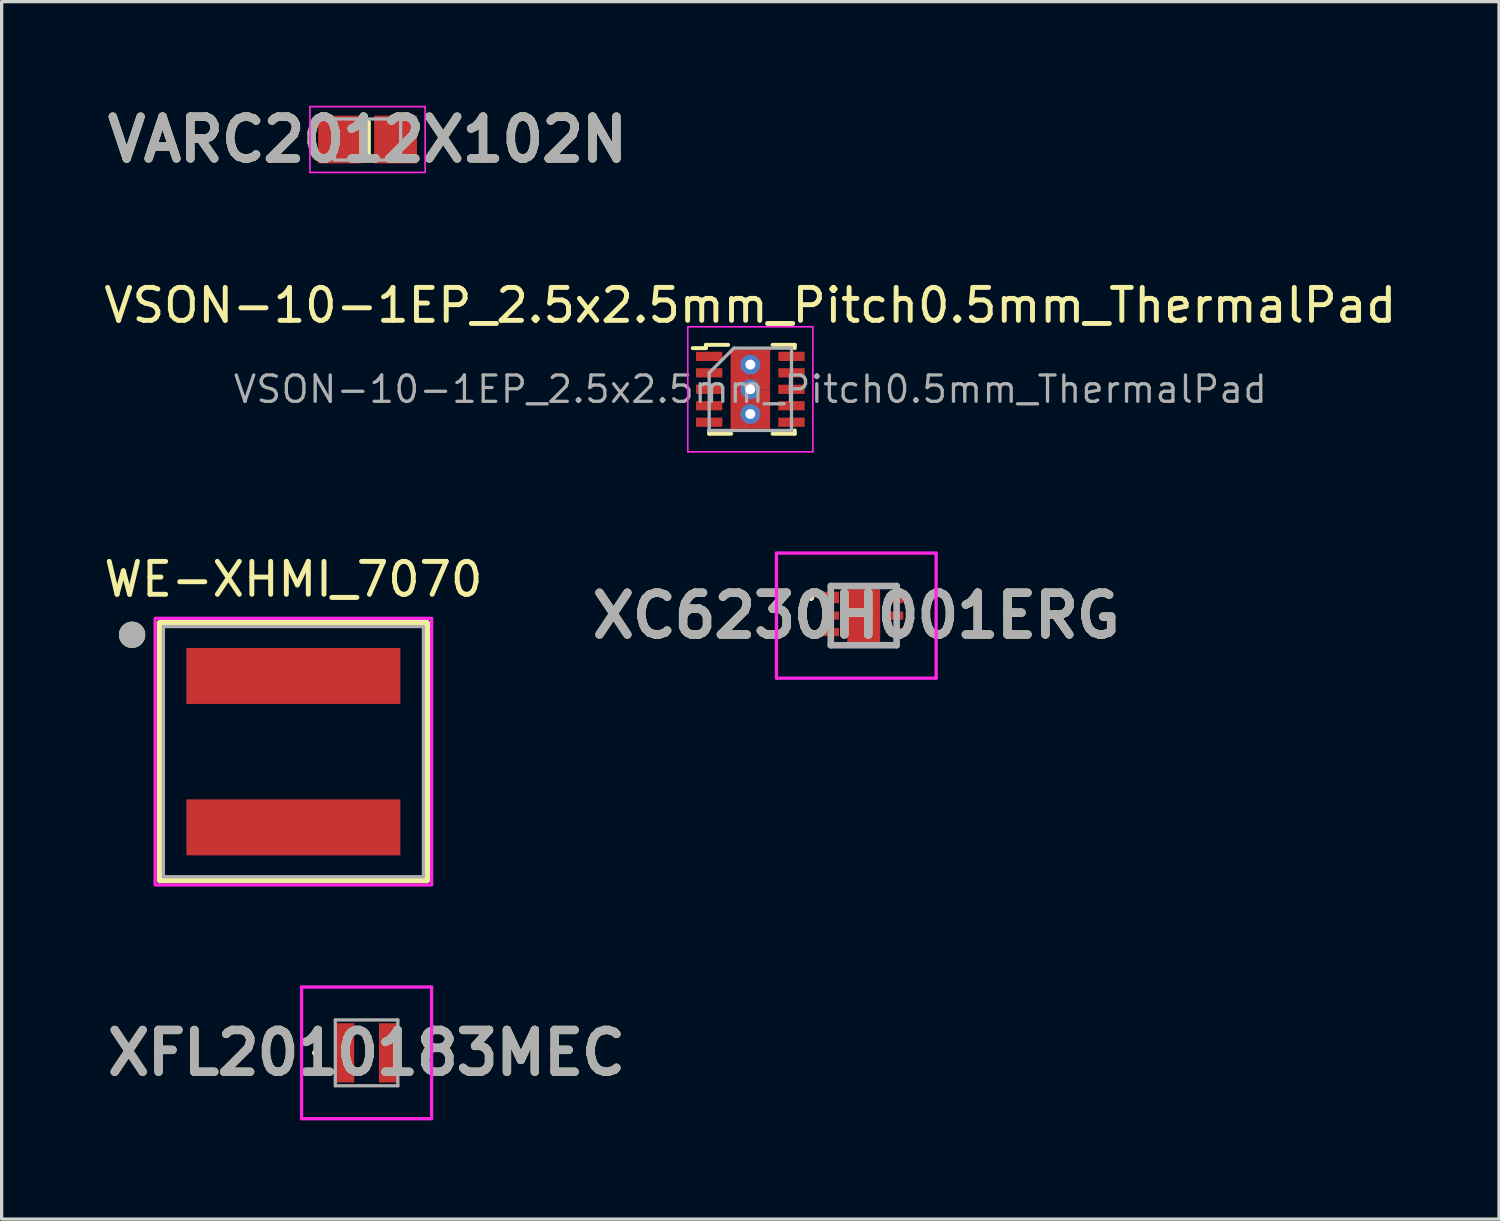
<source format=kicad_pcb>
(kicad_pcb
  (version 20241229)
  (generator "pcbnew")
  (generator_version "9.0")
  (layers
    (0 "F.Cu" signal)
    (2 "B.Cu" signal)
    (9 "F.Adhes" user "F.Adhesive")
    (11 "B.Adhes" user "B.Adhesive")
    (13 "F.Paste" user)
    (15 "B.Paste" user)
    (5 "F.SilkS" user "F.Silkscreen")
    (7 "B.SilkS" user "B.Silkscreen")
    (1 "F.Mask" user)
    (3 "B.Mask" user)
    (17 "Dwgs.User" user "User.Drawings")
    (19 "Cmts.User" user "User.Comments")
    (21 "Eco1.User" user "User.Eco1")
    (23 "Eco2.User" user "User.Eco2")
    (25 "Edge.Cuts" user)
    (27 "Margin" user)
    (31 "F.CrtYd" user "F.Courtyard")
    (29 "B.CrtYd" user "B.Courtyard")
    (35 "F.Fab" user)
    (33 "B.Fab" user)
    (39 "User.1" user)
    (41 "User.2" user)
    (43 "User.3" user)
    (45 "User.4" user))
  (footprint "VARC2012X102N"
    (layer "F.Cu")
    (at 8.116 1.189)
    (property "Reference" "VARC2012X102N" (at 0 0 0) (layer "F.SilkS") (effects (font (size 1.27 1.27) (thickness 0.254))))
    (attr smd)
    (fp_line (start 0 -0.525) (end 0 0.525) (stroke (width 0.2) (type solid)) (layer "F.SilkS"))
    (fp_line (start -1.75 -1) (end 1.75 -1) (stroke (width 0.05) (type solid)) (layer "F.CrtYd"))
    (fp_line (start -1.75 1) (end -1.75 -1) (stroke (width 0.05) (type solid)) (layer "F.CrtYd"))
    (fp_line (start 1.75 -1) (end 1.75 1) (stroke (width 0.05) (type solid)) (layer "F.CrtYd"))
    (fp_line (start 1.75 1) (end -1.75 1) (stroke (width 0.05) (type solid)) (layer "F.CrtYd"))
    (fp_line (start -1.005 -0.625) (end 1.005 -0.625) (stroke (width 0.1) (type solid)) (layer "F.Fab"))
    (fp_line (start -1.005 0.625) (end -1.005 -0.625) (stroke (width 0.1) (type solid)) (layer "F.Fab"))
    (fp_line (start 1.005 -0.625) (end 1.005 0.625) (stroke (width 0.1) (type solid)) (layer "F.Fab"))
    (fp_line (start 1.005 0.625) (end -1.005 0.625) (stroke (width 0.1) (type solid)) (layer "F.Fab"))
    (fp_text user "${REFERENCE}" (at 0 0 0) (layer "F.Fab") (effects (font (size 1.27 1.27) (thickness 0.254))))
    (pad "1" smd rect (at -0.85 0) (size 1.3 1.45) (layers "F.Cu" "F.Mask" "F.Paste"))
    (pad "2" smd rect (at 0.85 0) (size 1.3 1.45) (layers "F.Cu" "F.Mask" "F.Paste")))
  (footprint "WE-XHMI_7070"
    (layer "F.Cu")
    (at 5.863 19.784)
    (property "Reference" "WE-XHMI_7070" (at 0 -5.235 0) (layer "F.SilkS") (effects (font (size 1 1) (thickness 0.15))))
    (attr smd)
    (fp_line (start -4.05 -3.9) (end 4.05 -3.9) (stroke (width 0.2) (type solid)) (layer "F.SilkS"))
    (fp_line (start -4.05 3.9) (end -4.05 -3.9) (stroke (width 0.2) (type solid)) (layer "F.SilkS"))
    (fp_line (start 4.05 -3.9) (end 4.05 3.9) (stroke (width 0.2) (type solid)) (layer "F.SilkS"))
    (fp_line (start 4.05 3.9) (end -4.05 3.9) (stroke (width 0.2) (type solid)) (layer "F.SilkS"))
    (fp_circle (center -4.9 -3.55) (end -4.7 -3.55) (stroke (width 0.4) (type solid)) (fill no) (layer "F.SilkS"))
    (fp_poly (pts (xy 4.2 -4.05) (xy 4.2 4.05) (xy -4.2 4.05) (xy -4.2 -4.05)) (stroke (width 0.1) (type solid)) (fill no) (layer "F.CrtYd"))
    (fp_line (start -3.95 -3.8) (end 3.95 -3.8) (stroke (width 0.1) (type solid)) (layer "F.Fab"))
    (fp_line (start -3.95 3.8) (end -3.95 -3.8) (stroke (width 0.1) (type solid)) (layer "F.Fab"))
    (fp_line (start 3.95 -3.8) (end 3.95 3.8) (stroke (width 0.1) (type solid)) (layer "F.Fab"))
    (fp_line (start 3.95 3.8) (end -3.95 3.8) (stroke (width 0.1) (type solid)) (layer "F.Fab"))
    (fp_circle (center -4.9 -3.55) (end -4.7 -3.55) (stroke (width 0.4) (type solid)) (fill no) (layer "F.Fab"))
    (pad "1" smd rect (at 0 -2.3) (size 6.5 1.7) (layers "F.Cu" "F.Mask" "F.Paste"))
    (pad "2" smd rect (at 0 2.3) (size 6.5 1.7) (layers "F.Cu" "F.Mask" "F.Paste"))
    (zone (net_name "") (layer "F.Cu") (hatch full 0.508) (connect_pads) (min_thickness 0.1) (filled_areas_thickness no) (keepout (tracks not_allowed) (vias not_allowed) (pads not_allowed) (copperpour not_allowed) (footprints allowed)) (placement (enabled no)) (fill) (polygon (pts (xy 9.663 18.484) (xy 9.663 21.084) (xy 2.063 21.084) (xy 2.063 18.484))))
    (zone (net_name "") (layers "F.Cu" "B.Cu") (hatch full 0.508) (connect_pads) (min_thickness 0.1) (filled_areas_thickness no) (keepout (tracks allowed) (vias not_allowed) (pads allowed) (copperpour allowed) (footprints allowed)) (placement (enabled no)) (fill) (polygon (pts (xy 9.663 18.484) (xy 9.663 21.084) (xy 2.063 21.084) (xy 2.063 18.484)))))
  (footprint "XC6230H001ERG"
    (layer "F.Cu")
    (at 23.188 15.651)
    (property "Reference" "XC6230H001ERG" (at -0.225 0 0) (layer "F.SilkS") (effects (font (size 1.27 1.27) (thickness 0.254))))
    (attr smd)
    (fp_line (start -1.6 -0.6) (end -1.6 -0.6) (stroke (width 0.1) (type solid)) (layer "F.SilkS"))
    (fp_line (start -1.6 -0.5) (end -1.6 -0.5) (stroke (width 0.1) (type solid)) (layer "F.SilkS"))
    (fp_arc (start -1.6 -0.6) (mid -1.55 -0.55) (end -1.6 -0.5) (stroke (width 0.1) (type solid)) (layer "F.SilkS"))
    (fp_arc (start -1.6 -0.5) (mid -1.65 -0.55) (end -1.6 -0.6) (stroke (width 0.1) (type solid)) (layer "F.SilkS"))
    (fp_line (start -2.65 -1.9) (end 2.2 -1.9) (stroke (width 0.1) (type solid)) (layer "F.CrtYd"))
    (fp_line (start -2.65 1.9) (end -2.65 -1.9) (stroke (width 0.1) (type solid)) (layer "F.CrtYd"))
    (fp_line (start 2.2 -1.9) (end 2.2 1.9) (stroke (width 0.1) (type solid)) (layer "F.CrtYd"))
    (fp_line (start 2.2 1.9) (end -2.65 1.9) (stroke (width 0.1) (type solid)) (layer "F.CrtYd"))
    (fp_line (start -1 -0.9) (end 1 -0.9) (stroke (width 0.2) (type solid)) (layer "F.Fab"))
    (fp_line (start -1 0.9) (end -1 -0.9) (stroke (width 0.2) (type solid)) (layer "F.Fab"))
    (fp_line (start 1 -0.9) (end 1 0.9) (stroke (width 0.2) (type solid)) (layer "F.Fab"))
    (fp_line (start 1 0.9) (end -1 0.9) (stroke (width 0.2) (type solid)) (layer "F.Fab"))
    (fp_text user "${REFERENCE}" (at -0.225 0 0) (layer "F.Fab") (effects (font (size 1.27 1.27) (thickness 0.254))))
    (pad "1" smd rect (at -0.975 -0.55 90) (size 0.35 0.45) (layers "F.Cu" "F.Mask" "F.Paste"))
    (pad "2" smd rect (at -0.975 0 90) (size 0.25 0.45) (layers "F.Cu" "F.Mask" "F.Paste"))
    (pad "3" smd rect (at -0.975 0.5 90) (size 0.25 0.45) (layers "F.Cu" "F.Mask" "F.Paste"))
    (pad "4" smd rect (at 0.975 0.5 90) (size 0.25 0.45) (layers "F.Cu" "F.Mask" "F.Paste"))
    (pad "5" smd rect (at 0.975 0 90) (size 0.25 0.45) (layers "F.Cu" "F.Mask" "F.Paste"))
    (pad "6" smd rect (at 0.975 -0.5 90) (size 0.25 0.45) (layers "F.Cu" "F.Mask" "F.Paste"))
    (pad "7" smd rect (at 0 0) (size 1 1.6) (layers "F.Cu" "F.Mask" "F.Paste"))
    (pad "8" smd rect (at 0 0.85 90) (size 0.1 0.9) (layers "F.Cu" "F.Mask" "F.Paste"))
    (pad "9" smd rect (at 0 -0.85 90) (size 0.1 0.9) (layers "F.Cu" "F.Mask" "F.Paste")))
  (footprint "XFL2010183MEC"
    (layer "F.Cu")
    (at 8.086 28.934)
    (property "Reference" "XFL2010183MEC" (at 0 0 0) (layer "F.SilkS") (effects (font (size 1.27 1.27) (thickness 0.254))))
    (attr smd)
    (fp_line (start -1.6 0) (end -1.6 0) (stroke (width 0.1) (type solid)) (layer "F.SilkS"))
    (fp_line (start -1.5 0) (end -1.5 0) (stroke (width 0.1) (type solid)) (layer "F.SilkS"))
    (fp_arc (start -1.6 0) (mid -1.55 -0.05) (end -1.5 0) (stroke (width 0.1) (type solid)) (layer "F.SilkS"))
    (fp_arc (start -1.5 0) (mid -1.55 0.05) (end -1.6 0) (stroke (width 0.1) (type solid)) (layer "F.SilkS"))
    (fp_line (start -1.975 -2) (end 1.975 -2) (stroke (width 0.1) (type solid)) (layer "F.CrtYd"))
    (fp_line (start -1.975 2) (end -1.975 -2) (stroke (width 0.1) (type solid)) (layer "F.CrtYd"))
    (fp_line (start 1.975 -2) (end 1.975 2) (stroke (width 0.1) (type solid)) (layer "F.CrtYd"))
    (fp_line (start 1.975 2) (end -1.975 2) (stroke (width 0.1) (type solid)) (layer "F.CrtYd"))
    (fp_line (start -0.95 -1) (end 0.95 -1) (stroke (width 0.1) (type solid)) (layer "F.Fab"))
    (fp_line (start -0.95 1) (end -0.95 -1) (stroke (width 0.1) (type solid)) (layer "F.Fab"))
    (fp_line (start 0.95 -1) (end 0.95 1) (stroke (width 0.1) (type solid)) (layer "F.Fab"))
    (fp_line (start 0.95 1) (end -0.95 1) (stroke (width 0.1) (type solid)) (layer "F.Fab"))
    (fp_text user "${REFERENCE}" (at 0 0 0) (layer "F.Fab") (effects (font (size 1.27 1.27) (thickness 0.254))))
    (pad "1" smd rect (at -0.675 0) (size 0.6 1.8) (layers "F.Cu" "F.Mask" "F.Paste"))
    (pad "2" smd rect (at 0.675 0) (size 0.6 1.8) (layers "F.Cu" "F.Mask" "F.Paste")))
  (footprint "VSON-10-1EP_2.5x2.5mm_Pitch0.5mm_ThermalPad"
    (layer "F.Cu")
    (at 19.744 8.776)
    (property "Reference" "VSON-10-1EP_2.5x2.5mm_Pitch0.5mm_ThermalPad" (at 0 -2.55 0) (layer "F.SilkS") (effects (font (size 1 1) (thickness 0.15))))
    (attr smd)
    (fp_line (start -1.35 -1.35) (end -1.35 -1.25) (stroke (width 0.12) (type solid)) (layer "F.SilkS"))
    (fp_line (start -1.35 -1.25) (end -1.75 -1.25) (stroke (width 0.12) (type solid)) (layer "F.SilkS"))
    (fp_line (start -1.25 1.25) (end -1.25 1.35) (stroke (width 0.12) (type solid)) (layer "F.SilkS"))
    (fp_line (start -1.25 1.35) (end -0.583 1.35) (stroke (width 0.12) (type solid)) (layer "F.SilkS"))
    (fp_line (start -0.675 -1.35) (end -1.35 -1.35) (stroke (width 0.12) (type solid)) (layer "F.SilkS"))
    (fp_line (start 0.675 -1.35) (end 1.35 -1.35) (stroke (width 0.12) (type solid)) (layer "F.SilkS"))
    (fp_line (start 0.675 1.35) (end 1.35 1.35) (stroke (width 0.12) (type solid)) (layer "F.SilkS"))
    (fp_line (start 1.35 -1.35) (end 1.35 -1.25) (stroke (width 0.12) (type solid)) (layer "F.SilkS"))
    (fp_line (start 1.35 1.35) (end 1.35 1.25) (stroke (width 0.12) (type solid)) (layer "F.SilkS"))
    (fp_line (start -1.9 -1.9) (end 1.9 -1.9) (stroke (width 0.05) (type solid)) (layer "F.CrtYd"))
    (fp_line (start -1.9 1.9) (end -1.9 -1.9) (stroke (width 0.05) (type solid)) (layer "F.CrtYd"))
    (fp_line (start 1.9 -1.9) (end 1.9 1.9) (stroke (width 0.05) (type solid)) (layer "F.CrtYd"))
    (fp_line (start 1.9 1.9) (end -1.9 1.9) (stroke (width 0.05) (type solid)) (layer "F.CrtYd"))
    (fp_line (start -1.25 -0.5) (end -1.25 1.25) (stroke (width 0.1) (type solid)) (layer "F.Fab"))
    (fp_line (start -1.25 -0.5) (end -0.5 -1.25) (stroke (width 0.1) (type solid)) (layer "F.Fab"))
    (fp_line (start -1.25 1.25) (end 1.25 1.25) (stroke (width 0.1) (type solid)) (layer "F.Fab"))
    (fp_line (start -0.5 -1.25) (end 1.25 -1.25) (stroke (width 0.1) (type solid)) (layer "F.Fab"))
    (fp_line (start 1.25 -1.25) (end 1.25 1.25) (stroke (width 0.1) (type solid)) (layer "F.Fab"))
    (fp_text user "${REFERENCE}" (at 0 0 0) (layer "F.Fab") (effects (font (size 0.8 0.8) (thickness 0.1))))
    (pad "1" smd rect (at -1.25 -1) (size 0.8 0.28) (layers "F.Cu" "F.Mask" "F.Paste"))
    (pad "2" smd rect (at -1.25 -0.5) (size 0.8 0.28) (layers "F.Cu" "F.Mask" "F.Paste"))
    (pad "3" smd rect (at -1.25 0) (size 0.8 0.28) (layers "F.Cu" "F.Mask" "F.Paste"))
    (pad "4" smd rect (at -1.25 0.5) (size 0.8 0.28) (layers "F.Cu" "F.Mask" "F.Paste"))
    (pad "5" smd rect (at -1.25 1) (size 0.8 0.28) (layers "F.Cu" "F.Mask" "F.Paste"))
    (pad "6" smd rect (at 1.25 1) (size 0.8 0.28) (layers "F.Cu" "F.Mask" "F.Paste"))
    (pad "7" smd rect (at 1.25 0.5) (size 0.8 0.28) (layers "F.Cu" "F.Mask" "F.Paste"))
    (pad "8" smd rect (at 1.25 0) (size 0.8 0.28) (layers "F.Cu" "F.Mask" "F.Paste"))
    (pad "9" smd rect (at 1.25 -0.5) (size 0.8 0.28) (layers "F.Cu" "F.Mask" "F.Paste"))
    (pad "10" smd rect (at 1.25 -1) (size 0.8 0.28) (layers "F.Cu" "F.Mask" "F.Paste"))
    (pad "11" smd rect (at -0.3 -0.6) (size 0.6 1.2) (layers "F.Cu" "F.Mask" "F.Paste"))
    (pad "11" smd rect (at -0.3 0.6) (size 0.6 1.2) (layers "F.Cu" "F.Mask" "F.Paste"))
    (pad "11" thru_hole circle (at 0 -0.75) (size 0.6 0.6) (drill 0.3) (layers "*.Cu" "*.Mask"))
    (pad "11" thru_hole circle (at 0 0) (size 0.6 0.6) (drill 0.3) (layers "*.Cu" "*.Mask"))
    (pad "11" thru_hole circle (at 0 0.75) (size 0.6 0.6) (drill 0.3) (layers "*.Cu" "*.Mask"))
    (pad "11" smd rect (at 0.3 -0.6) (size 0.6 1.2) (layers "F.Cu" "F.Mask" "F.Paste"))
    (pad "11" smd rect (at 0.3 0.6) (size 0.6 1.2) (layers "F.Cu" "F.Mask" "F.Paste")))
  (gr_rect
    (start -3 -3)
    (end 42.488 33.984)
    (stroke (width 0.1) (type default))
    (fill no)
    (layer "Edge.Cuts")))
</source>
